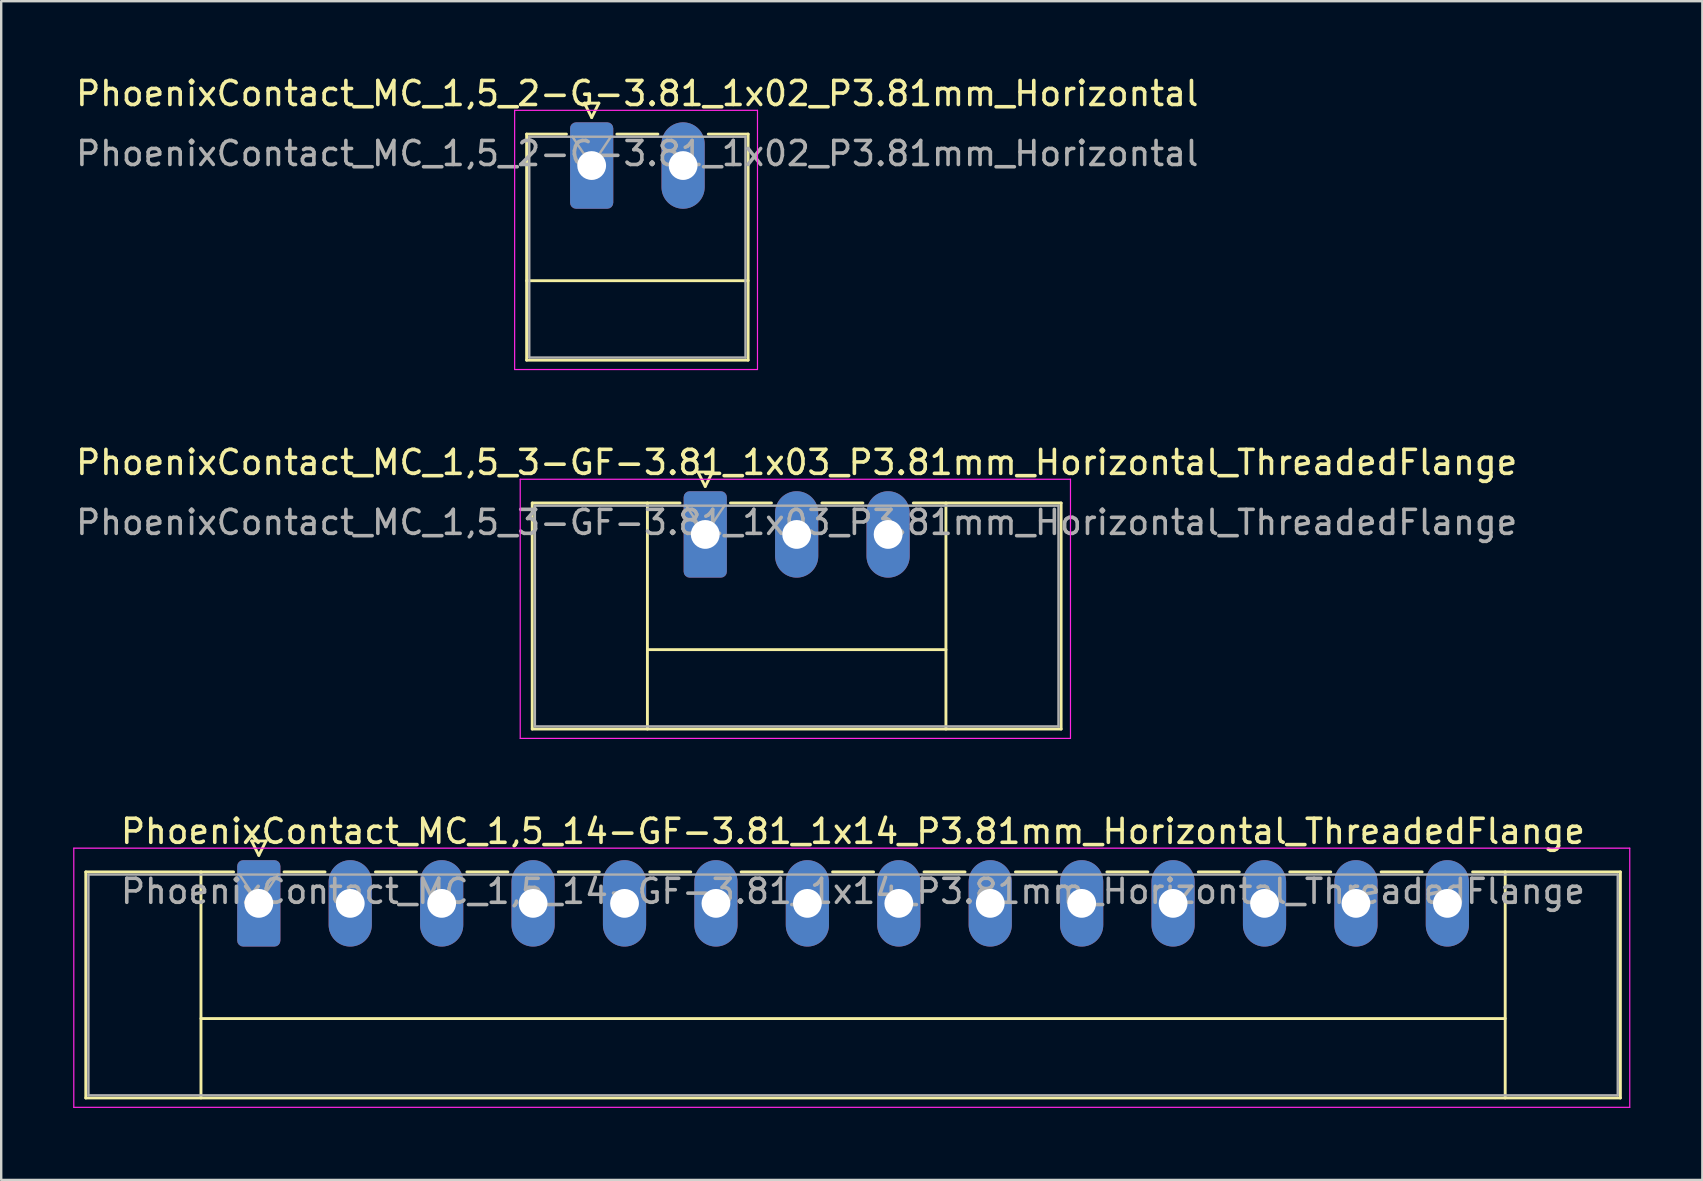
<source format=kicad_pcb>
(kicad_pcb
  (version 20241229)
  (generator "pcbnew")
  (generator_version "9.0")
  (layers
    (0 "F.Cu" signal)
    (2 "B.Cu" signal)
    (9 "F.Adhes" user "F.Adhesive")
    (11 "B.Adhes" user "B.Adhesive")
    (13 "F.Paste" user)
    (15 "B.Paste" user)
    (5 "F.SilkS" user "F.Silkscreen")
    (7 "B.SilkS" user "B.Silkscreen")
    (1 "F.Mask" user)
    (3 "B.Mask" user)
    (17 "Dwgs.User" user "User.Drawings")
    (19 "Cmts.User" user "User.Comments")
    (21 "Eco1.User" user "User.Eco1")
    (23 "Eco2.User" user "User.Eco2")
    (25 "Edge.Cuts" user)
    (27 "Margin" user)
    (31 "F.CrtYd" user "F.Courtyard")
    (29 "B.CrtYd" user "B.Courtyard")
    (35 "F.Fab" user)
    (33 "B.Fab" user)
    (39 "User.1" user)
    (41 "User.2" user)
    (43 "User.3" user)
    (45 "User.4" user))
  (footprint "PhoenixContact_MC_1,5_3-GF-3.81_1x03_P3.81mm_Horizontal_ThreadedFlange"
    (layer "F.Cu")
    (at 26.339 19.221)
    (property "Reference" "PhoenixContact_MC_1,5_3-GF-3.81_1x03_P3.81mm_Horizontal_ThreadedFlange" (at 3.81 -3 0) (layer "F.SilkS") (effects (font (size 1 1) (thickness 0.15))))
    (attr through_hole)
    (fp_line (start -7.21 -1.31) (end -7.21 8.11) (stroke (width 0.12) (type solid)) (layer "F.SilkS"))
    (fp_line (start -7.21 -1.31) (end -1.05 -1.31) (stroke (width 0.12) (type solid)) (layer "F.SilkS"))
    (fp_line (start -7.21 8.11) (end 14.83 8.11) (stroke (width 0.12) (type solid)) (layer "F.SilkS"))
    (fp_line (start -2.41 -1.31) (end -2.41 8.11) (stroke (width 0.12) (type solid)) (layer "F.SilkS"))
    (fp_line (start -2.41 4.8) (end 10.03 4.8) (stroke (width 0.12) (type solid)) (layer "F.SilkS"))
    (fp_line (start -0.3 -2.6) (end 0.3 -2.6) (stroke (width 0.12) (type solid)) (layer "F.SilkS"))
    (fp_line (start 0 -2) (end -0.3 -2.6) (stroke (width 0.12) (type solid)) (layer "F.SilkS"))
    (fp_line (start 0.3 -2.6) (end 0 -2) (stroke (width 0.12) (type solid)) (layer "F.SilkS"))
    (fp_line (start 1.05 -1.31) (end 2.76 -1.31) (stroke (width 0.12) (type solid)) (layer "F.SilkS"))
    (fp_line (start 4.86 -1.31) (end 6.57 -1.31) (stroke (width 0.12) (type solid)) (layer "F.SilkS"))
    (fp_line (start 10.03 -1.31) (end 10.03 8.11) (stroke (width 0.12) (type solid)) (layer "F.SilkS"))
    (fp_line (start 14.83 -1.31) (end 8.67 -1.31) (stroke (width 0.12) (type solid)) (layer "F.SilkS"))
    (fp_line (start 14.83 8.11) (end 14.83 -1.31) (stroke (width 0.12) (type solid)) (layer "F.SilkS"))
    (fp_line (start -7.71 -2.3) (end -7.71 8.5) (stroke (width 0.05) (type solid)) (layer "F.CrtYd"))
    (fp_line (start -7.71 8.5) (end 15.22 8.5) (stroke (width 0.05) (type solid)) (layer "F.CrtYd"))
    (fp_line (start 15.22 -2.3) (end -7.71 -2.3) (stroke (width 0.05) (type solid)) (layer "F.CrtYd"))
    (fp_line (start 15.22 8.5) (end 15.22 -2.3) (stroke (width 0.05) (type solid)) (layer "F.CrtYd"))
    (fp_line (start -7.1 -1.2) (end -7.1 8) (stroke (width 0.1) (type solid)) (layer "F.Fab"))
    (fp_line (start -7.1 8) (end 14.72 8) (stroke (width 0.1) (type solid)) (layer "F.Fab"))
    (fp_line (start 0 0) (end -0.8 -1.2) (stroke (width 0.1) (type solid)) (layer "F.Fab"))
    (fp_line (start 0.8 -1.2) (end 0 0) (stroke (width 0.1) (type solid)) (layer "F.Fab"))
    (fp_line (start 14.72 -1.2) (end -7.1 -1.2) (stroke (width 0.1) (type solid)) (layer "F.Fab"))
    (fp_line (start 14.72 8) (end 14.72 -1.2) (stroke (width 0.1) (type solid)) (layer "F.Fab"))
    (fp_text user "${REFERENCE}" (at 3.81 -0.5 0) (layer "F.Fab") (effects (font (size 1 1) (thickness 0.15))))
    (pad "1" thru_hole roundrect (at 0 0) (size 1.8 3.6) (drill 1.2) (layers "*.Cu" "*.Mask") (roundrect_rratio 0.139))
    (pad "2" thru_hole oval (at 3.81 0) (size 1.8 3.6) (drill 1.2) (layers "*.Cu" "*.Mask"))
    (pad "3" thru_hole oval (at 7.62 0) (size 1.8 3.6) (drill 1.2) (layers "*.Cu" "*.Mask")))
  (footprint "PhoenixContact_MC_1,5_14-GF-3.81_1x14_P3.81mm_Horizontal_ThreadedFlange"
    (layer "F.Cu")
    (at 7.735 34.595)
    (property "Reference" "PhoenixContact_MC_1,5_14-GF-3.81_1x14_P3.81mm_Horizontal_ThreadedFlange" (at 24.76 -3 0) (layer "F.SilkS") (effects (font (size 1 1) (thickness 0.15))))
    (attr through_hole)
    (fp_line (start -7.21 -1.31) (end -7.21 8.11) (stroke (width 0.12) (type solid)) (layer "F.SilkS"))
    (fp_line (start -7.21 -1.31) (end -1.05 -1.31) (stroke (width 0.12) (type solid)) (layer "F.SilkS"))
    (fp_line (start -7.21 8.11) (end 56.74 8.11) (stroke (width 0.12) (type solid)) (layer "F.SilkS"))
    (fp_line (start -2.41 -1.31) (end -2.41 8.11) (stroke (width 0.12) (type solid)) (layer "F.SilkS"))
    (fp_line (start -2.41 4.8) (end 51.94 4.8) (stroke (width 0.12) (type solid)) (layer "F.SilkS"))
    (fp_line (start -0.3 -2.6) (end 0.3 -2.6) (stroke (width 0.12) (type solid)) (layer "F.SilkS"))
    (fp_line (start 0 -2) (end -0.3 -2.6) (stroke (width 0.12) (type solid)) (layer "F.SilkS"))
    (fp_line (start 0.3 -2.6) (end 0 -2) (stroke (width 0.12) (type solid)) (layer "F.SilkS"))
    (fp_line (start 1.05 -1.31) (end 2.76 -1.31) (stroke (width 0.12) (type solid)) (layer "F.SilkS"))
    (fp_line (start 4.86 -1.31) (end 6.57 -1.31) (stroke (width 0.12) (type solid)) (layer "F.SilkS"))
    (fp_line (start 8.67 -1.31) (end 10.38 -1.31) (stroke (width 0.12) (type solid)) (layer "F.SilkS"))
    (fp_line (start 12.48 -1.31) (end 14.19 -1.31) (stroke (width 0.12) (type solid)) (layer "F.SilkS"))
    (fp_line (start 16.29 -1.31) (end 18 -1.31) (stroke (width 0.12) (type solid)) (layer "F.SilkS"))
    (fp_line (start 20.1 -1.31) (end 21.81 -1.31) (stroke (width 0.12) (type solid)) (layer "F.SilkS"))
    (fp_line (start 23.91 -1.31) (end 25.62 -1.31) (stroke (width 0.12) (type solid)) (layer "F.SilkS"))
    (fp_line (start 27.72 -1.31) (end 29.43 -1.31) (stroke (width 0.12) (type solid)) (layer "F.SilkS"))
    (fp_line (start 31.53 -1.31) (end 33.24 -1.31) (stroke (width 0.12) (type solid)) (layer "F.SilkS"))
    (fp_line (start 35.34 -1.31) (end 37.05 -1.31) (stroke (width 0.12) (type solid)) (layer "F.SilkS"))
    (fp_line (start 39.15 -1.31) (end 40.86 -1.31) (stroke (width 0.12) (type solid)) (layer "F.SilkS"))
    (fp_line (start 42.96 -1.31) (end 44.67 -1.31) (stroke (width 0.12) (type solid)) (layer "F.SilkS"))
    (fp_line (start 46.77 -1.31) (end 48.48 -1.31) (stroke (width 0.12) (type solid)) (layer "F.SilkS"))
    (fp_line (start 51.94 -1.31) (end 51.94 8.11) (stroke (width 0.12) (type solid)) (layer "F.SilkS"))
    (fp_line (start 56.74 -1.31) (end 50.58 -1.31) (stroke (width 0.12) (type solid)) (layer "F.SilkS"))
    (fp_line (start 56.74 8.11) (end 56.74 -1.31) (stroke (width 0.12) (type solid)) (layer "F.SilkS"))
    (fp_line (start -7.71 -2.3) (end -7.71 8.5) (stroke (width 0.05) (type solid)) (layer "F.CrtYd"))
    (fp_line (start -7.71 8.5) (end 57.13 8.5) (stroke (width 0.05) (type solid)) (layer "F.CrtYd"))
    (fp_line (start 57.13 -2.3) (end -7.71 -2.3) (stroke (width 0.05) (type solid)) (layer "F.CrtYd"))
    (fp_line (start 57.13 8.5) (end 57.13 -2.3) (stroke (width 0.05) (type solid)) (layer "F.CrtYd"))
    (fp_line (start -7.1 -1.2) (end -7.1 8) (stroke (width 0.1) (type solid)) (layer "F.Fab"))
    (fp_line (start -7.1 8) (end 56.63 8) (stroke (width 0.1) (type solid)) (layer "F.Fab"))
    (fp_line (start 0 0) (end -0.8 -1.2) (stroke (width 0.1) (type solid)) (layer "F.Fab"))
    (fp_line (start 0.8 -1.2) (end 0 0) (stroke (width 0.1) (type solid)) (layer "F.Fab"))
    (fp_line (start 56.63 -1.2) (end -7.1 -1.2) (stroke (width 0.1) (type solid)) (layer "F.Fab"))
    (fp_line (start 56.63 8) (end 56.63 -1.2) (stroke (width 0.1) (type solid)) (layer "F.Fab"))
    (fp_text user "${REFERENCE}" (at 24.76 -0.5 0) (layer "F.Fab") (effects (font (size 1 1) (thickness 0.15))))
    (pad "1" thru_hole roundrect (at 0 0) (size 1.8 3.6) (drill 1.2) (layers "*.Cu" "*.Mask") (roundrect_rratio 0.139))
    (pad "2" thru_hole oval (at 3.81 0) (size 1.8 3.6) (drill 1.2) (layers "*.Cu" "*.Mask"))
    (pad "3" thru_hole oval (at 7.62 0) (size 1.8 3.6) (drill 1.2) (layers "*.Cu" "*.Mask"))
    (pad "4" thru_hole oval (at 11.43 0) (size 1.8 3.6) (drill 1.2) (layers "*.Cu" "*.Mask"))
    (pad "5" thru_hole oval (at 15.24 0) (size 1.8 3.6) (drill 1.2) (layers "*.Cu" "*.Mask"))
    (pad "6" thru_hole oval (at 19.05 0) (size 1.8 3.6) (drill 1.2) (layers "*.Cu" "*.Mask"))
    (pad "7" thru_hole oval (at 22.86 0) (size 1.8 3.6) (drill 1.2) (layers "*.Cu" "*.Mask"))
    (pad "8" thru_hole oval (at 26.67 0) (size 1.8 3.6) (drill 1.2) (layers "*.Cu" "*.Mask"))
    (pad "9" thru_hole oval (at 30.48 0) (size 1.8 3.6) (drill 1.2) (layers "*.Cu" "*.Mask"))
    (pad "10" thru_hole oval (at 34.29 0) (size 1.8 3.6) (drill 1.2) (layers "*.Cu" "*.Mask"))
    (pad "11" thru_hole oval (at 38.1 0) (size 1.8 3.6) (drill 1.2) (layers "*.Cu" "*.Mask"))
    (pad "12" thru_hole oval (at 41.91 0) (size 1.8 3.6) (drill 1.2) (layers "*.Cu" "*.Mask"))
    (pad "13" thru_hole oval (at 45.72 0) (size 1.8 3.6) (drill 1.2) (layers "*.Cu" "*.Mask"))
    (pad "14" thru_hole oval (at 49.53 0) (size 1.8 3.6) (drill 1.2) (layers "*.Cu" "*.Mask")))
  (footprint "PhoenixContact_MC_1,5_2-G-3.81_1x02_P3.81mm_Horizontal"
    (layer "F.Cu")
    (at 21.606 3.848)
    (property "Reference" "PhoenixContact_MC_1,5_2-G-3.81_1x02_P3.81mm_Horizontal" (at 1.9 -3 0) (layer "F.SilkS") (effects (font (size 1 1) (thickness 0.15))))
    (attr through_hole)
    (fp_line (start -2.71 -1.31) (end -2.71 8.11) (stroke (width 0.12) (type solid)) (layer "F.SilkS"))
    (fp_line (start -2.71 -1.31) (end -1.05 -1.31) (stroke (width 0.12) (type solid)) (layer "F.SilkS"))
    (fp_line (start -2.71 4.8) (end 6.52 4.8) (stroke (width 0.12) (type solid)) (layer "F.SilkS"))
    (fp_line (start -2.71 8.11) (end 6.52 8.11) (stroke (width 0.12) (type solid)) (layer "F.SilkS"))
    (fp_line (start -0.3 -2.6) (end 0.3 -2.6) (stroke (width 0.12) (type solid)) (layer "F.SilkS"))
    (fp_line (start 0 -2) (end -0.3 -2.6) (stroke (width 0.12) (type solid)) (layer "F.SilkS"))
    (fp_line (start 0.3 -2.6) (end 0 -2) (stroke (width 0.12) (type solid)) (layer "F.SilkS"))
    (fp_line (start 1.05 -1.31) (end 2.76 -1.31) (stroke (width 0.12) (type solid)) (layer "F.SilkS"))
    (fp_line (start 6.52 -1.31) (end 4.86 -1.31) (stroke (width 0.12) (type solid)) (layer "F.SilkS"))
    (fp_line (start 6.52 8.11) (end 6.52 -1.31) (stroke (width 0.12) (type solid)) (layer "F.SilkS"))
    (fp_line (start -3.21 -2.3) (end -3.21 8.5) (stroke (width 0.05) (type solid)) (layer "F.CrtYd"))
    (fp_line (start -3.21 8.5) (end 6.91 8.5) (stroke (width 0.05) (type solid)) (layer "F.CrtYd"))
    (fp_line (start 6.91 -2.3) (end -3.21 -2.3) (stroke (width 0.05) (type solid)) (layer "F.CrtYd"))
    (fp_line (start 6.91 8.5) (end 6.91 -2.3) (stroke (width 0.05) (type solid)) (layer "F.CrtYd"))
    (fp_line (start -2.6 -1.2) (end -2.6 8) (stroke (width 0.1) (type solid)) (layer "F.Fab"))
    (fp_line (start -2.6 8) (end 6.41 8) (stroke (width 0.1) (type solid)) (layer "F.Fab"))
    (fp_line (start 0 0) (end -0.8 -1.2) (stroke (width 0.1) (type solid)) (layer "F.Fab"))
    (fp_line (start 0.8 -1.2) (end 0 0) (stroke (width 0.1) (type solid)) (layer "F.Fab"))
    (fp_line (start 6.41 -1.2) (end -2.6 -1.2) (stroke (width 0.1) (type solid)) (layer "F.Fab"))
    (fp_line (start 6.41 8) (end 6.41 -1.2) (stroke (width 0.1) (type solid)) (layer "F.Fab"))
    (fp_text user "${REFERENCE}" (at 1.9 -0.5 0) (layer "F.Fab") (effects (font (size 1 1) (thickness 0.15))))
    (pad "1" thru_hole roundrect (at 0 0) (size 1.8 3.6) (drill 1.2) (layers "*.Cu" "*.Mask") (roundrect_rratio 0.139))
    (pad "2" thru_hole oval (at 3.81 0) (size 1.8 3.6) (drill 1.2) (layers "*.Cu" "*.Mask")))
  (gr_rect
    (start -3 -3)
    (end 67.89 46.12)
    (stroke (width 0.1) (type default))
    (fill no)
    (layer "Edge.Cuts")))
</source>
